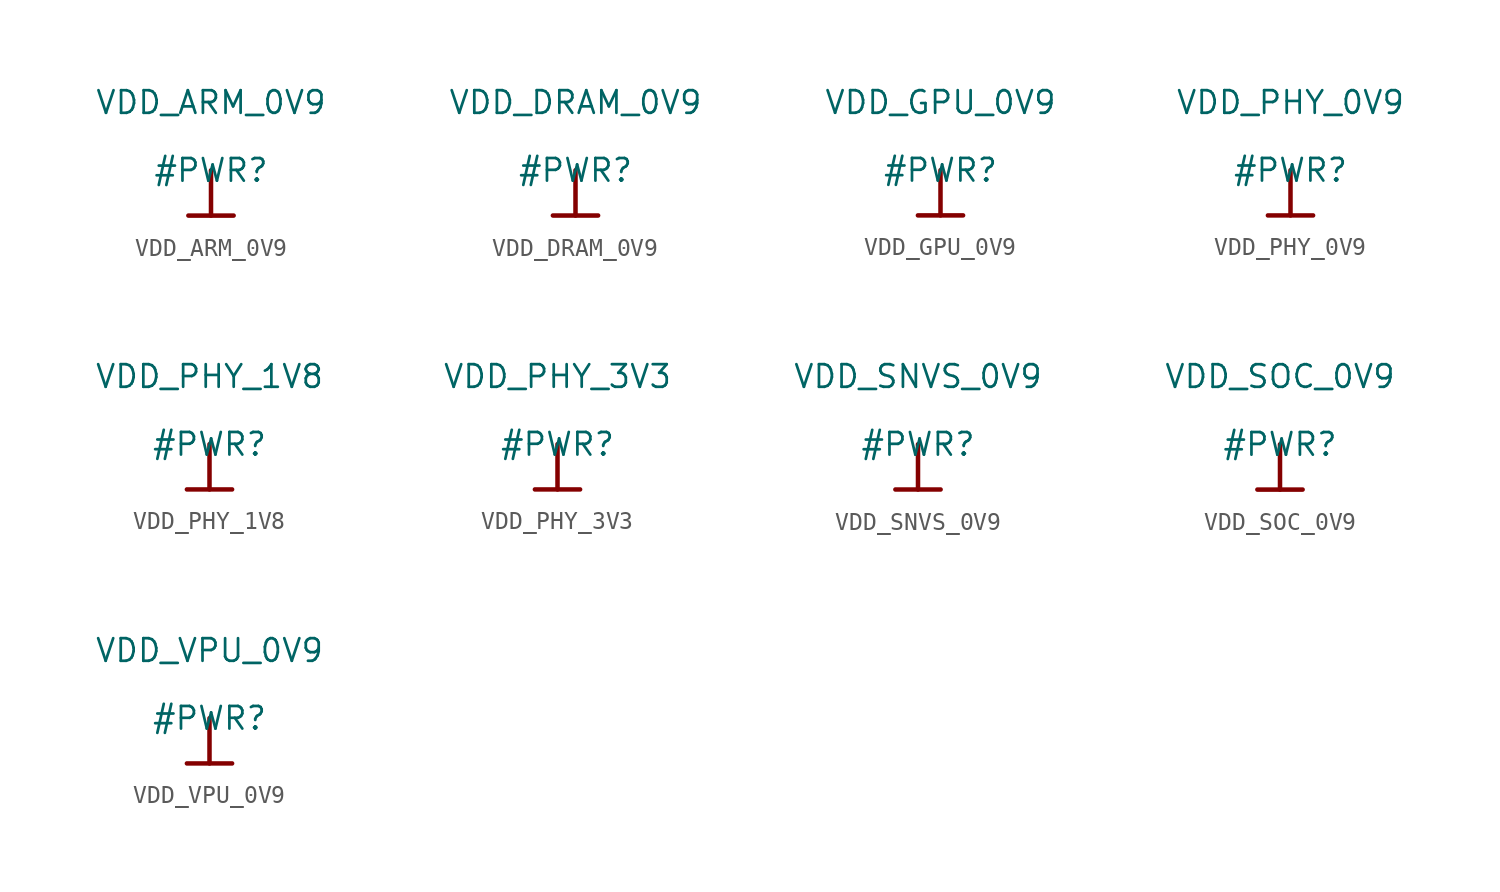
<source format=kicad_sym>
(kicad_symbol_lib
  (version 20220914)
  (generator kicad_symbol_editor)
  (symbol "VDD_ARM_0V9"
    (power)
    (property "Reference" "#PWR"
      (at 0 0 0)
      (effects (font (size 1.27 1.27))))
    (property "Value" "VDD_ARM_0V9"
      (at 0 3.81 0)
      (effects (font (size 1.27 1.27))))
    (symbol "VDD_ARM_0V9_0_0"
      (polyline (pts (xy -1.27 -2.54) (xy 1.27 -2.54)) (stroke (width 0.254) (type solid)) (fill (type none)))
      (polyline (pts (xy 0 0) (xy 0 -2.54)) (stroke (width 0.254) (type solid)) (fill (type none)))
      (pin power_in line (at 0 0 0) (length 0) hide (name "VDD_ARM_0V9" (effects (font (size 1.27 1.27)))) (number "" (effects (font (size 1.27 1.27)))))))
  (symbol "VDD_DRAM_0V9"
    (power)
    (property "Reference" "#PWR"
      (at 0 0 0)
      (effects (font (size 1.27 1.27))))
    (property "Value" "VDD_DRAM_0V9"
      (at 0 3.81 0)
      (effects (font (size 1.27 1.27))))
    (symbol "VDD_DRAM_0V9_0_0"
      (polyline (pts (xy -1.27 -2.54) (xy 1.27 -2.54)) (stroke (width 0.254) (type solid)) (fill (type none)))
      (polyline (pts (xy 0 0) (xy 0 -2.54)) (stroke (width 0.254) (type solid)) (fill (type none)))
      (pin power_in line (at 0 0 0) (length 0) hide (name "VDD_DRAM_0V9" (effects (font (size 1.27 1.27)))) (number "" (effects (font (size 1.27 1.27)))))))
  (symbol "VDD_GPU_0V9"
    (power)
    (property "Reference" "#PWR"
      (at 0 0 0)
      (effects (font (size 1.27 1.27))))
    (property "Value" "VDD_GPU_0V9"
      (at 0 3.81 0)
      (effects (font (size 1.27 1.27))))
    (symbol "VDD_GPU_0V9_0_0"
      (polyline (pts (xy -1.27 -2.54) (xy 1.27 -2.54)) (stroke (width 0.254) (type solid)) (fill (type none)))
      (polyline (pts (xy 0 0) (xy 0 -2.54)) (stroke (width 0.254) (type solid)) (fill (type none)))
      (pin power_in line (at 0 0 0) (length 0) hide (name "VDD_GPU_0V9" (effects (font (size 1.27 1.27)))) (number "" (effects (font (size 1.27 1.27)))))))
  (symbol "VDD_PHY_0V9"
    (power)
    (property "Reference" "#PWR"
      (at 0 0 0)
      (effects (font (size 1.27 1.27))))
    (property "Value" "VDD_PHY_0V9"
      (at 0 3.81 0)
      (effects (font (size 1.27 1.27))))
    (symbol "VDD_PHY_0V9_0_0"
      (polyline (pts (xy -1.27 -2.54) (xy 1.27 -2.54)) (stroke (width 0.254) (type solid)) (fill (type none)))
      (polyline (pts (xy 0 0) (xy 0 -2.54)) (stroke (width 0.254) (type solid)) (fill (type none)))
      (pin power_in line (at 0 0 0) (length 0) hide (name "VDD_PHY_0V9" (effects (font (size 1.27 1.27)))) (number "" (effects (font (size 1.27 1.27)))))))
  (symbol "VDD_PHY_1V8"
    (power)
    (property "Reference" "#PWR"
      (at 0 0 0)
      (effects (font (size 1.27 1.27))))
    (property "Value" "VDD_PHY_1V8"
      (at 0 3.81 0)
      (effects (font (size 1.27 1.27))))
    (symbol "VDD_PHY_1V8_0_0"
      (polyline (pts (xy -1.27 -2.54) (xy 1.27 -2.54)) (stroke (width 0.254) (type solid)) (fill (type none)))
      (polyline (pts (xy 0 0) (xy 0 -2.54)) (stroke (width 0.254) (type solid)) (fill (type none)))
      (pin power_in line (at 0 0 0) (length 0) hide (name "VDD_PHY_1V8" (effects (font (size 1.27 1.27)))) (number "" (effects (font (size 1.27 1.27)))))))
  (symbol "VDD_PHY_3V3"
    (power)
    (property "Reference" "#PWR"
      (at 0 0 0)
      (effects (font (size 1.27 1.27))))
    (property "Value" "VDD_PHY_3V3"
      (at 0 3.81 0)
      (effects (font (size 1.27 1.27))))
    (symbol "VDD_PHY_3V3_0_0"
      (polyline (pts (xy -1.27 -2.54) (xy 1.27 -2.54)) (stroke (width 0.254) (type solid)) (fill (type none)))
      (polyline (pts (xy 0 0) (xy 0 -2.54)) (stroke (width 0.254) (type solid)) (fill (type none)))
      (pin power_in line (at 0 0 0) (length 0) hide (name "VDD_PHY_3V3" (effects (font (size 1.27 1.27)))) (number "" (effects (font (size 1.27 1.27)))))))
  (symbol "VDD_SNVS_0V9"
    (power)
    (property "Reference" "#PWR"
      (at 0 0 0)
      (effects (font (size 1.27 1.27))))
    (property "Value" "VDD_SNVS_0V9"
      (at 0 3.81 0)
      (effects (font (size 1.27 1.27))))
    (symbol "VDD_SNVS_0V9_0_0"
      (polyline (pts (xy -1.27 -2.54) (xy 1.27 -2.54)) (stroke (width 0.254) (type solid)) (fill (type none)))
      (polyline (pts (xy 0 0) (xy 0 -2.54)) (stroke (width 0.254) (type solid)) (fill (type none)))
      (pin power_in line (at 0 0 0) (length 0) hide (name "VDD_SNVS_0V9" (effects (font (size 1.27 1.27)))) (number "" (effects (font (size 1.27 1.27)))))))
  (symbol "VDD_SOC_0V9"
    (power)
    (property "Reference" "#PWR"
      (at 0 0 0)
      (effects (font (size 1.27 1.27))))
    (property "Value" "VDD_SOC_0V9"
      (at 0 3.81 0)
      (effects (font (size 1.27 1.27))))
    (symbol "VDD_SOC_0V9_0_0"
      (polyline (pts (xy -1.27 -2.54) (xy 1.27 -2.54)) (stroke (width 0.254) (type solid)) (fill (type none)))
      (polyline (pts (xy 0 0) (xy 0 -2.54)) (stroke (width 0.254) (type solid)) (fill (type none)))
      (pin power_in line (at 0 0 0) (length 0) hide (name "VDD_SOC_0V9" (effects (font (size 1.27 1.27)))) (number "" (effects (font (size 1.27 1.27)))))))
  (symbol "VDD_VPU_0V9"
    (power)
    (property "Reference" "#PWR"
      (at 0 0 0)
      (effects (font (size 1.27 1.27))))
    (property "Value" "VDD_VPU_0V9"
      (at 0 3.81 0)
      (effects (font (size 1.27 1.27))))
    (symbol "VDD_VPU_0V9_0_0"
      (polyline (pts (xy -1.27 -2.54) (xy 1.27 -2.54)) (stroke (width 0.254) (type solid)) (fill (type none)))
      (polyline (pts (xy 0 0) (xy 0 -2.54)) (stroke (width 0.254) (type solid)) (fill (type none)))
      (pin power_in line (at 0 0 0) (length 0) hide (name "VDD_VPU_0V9" (effects (font (size 1.27 1.27)))) (number "" (effects (font (size 1.27 1.27))))))))
</source>
